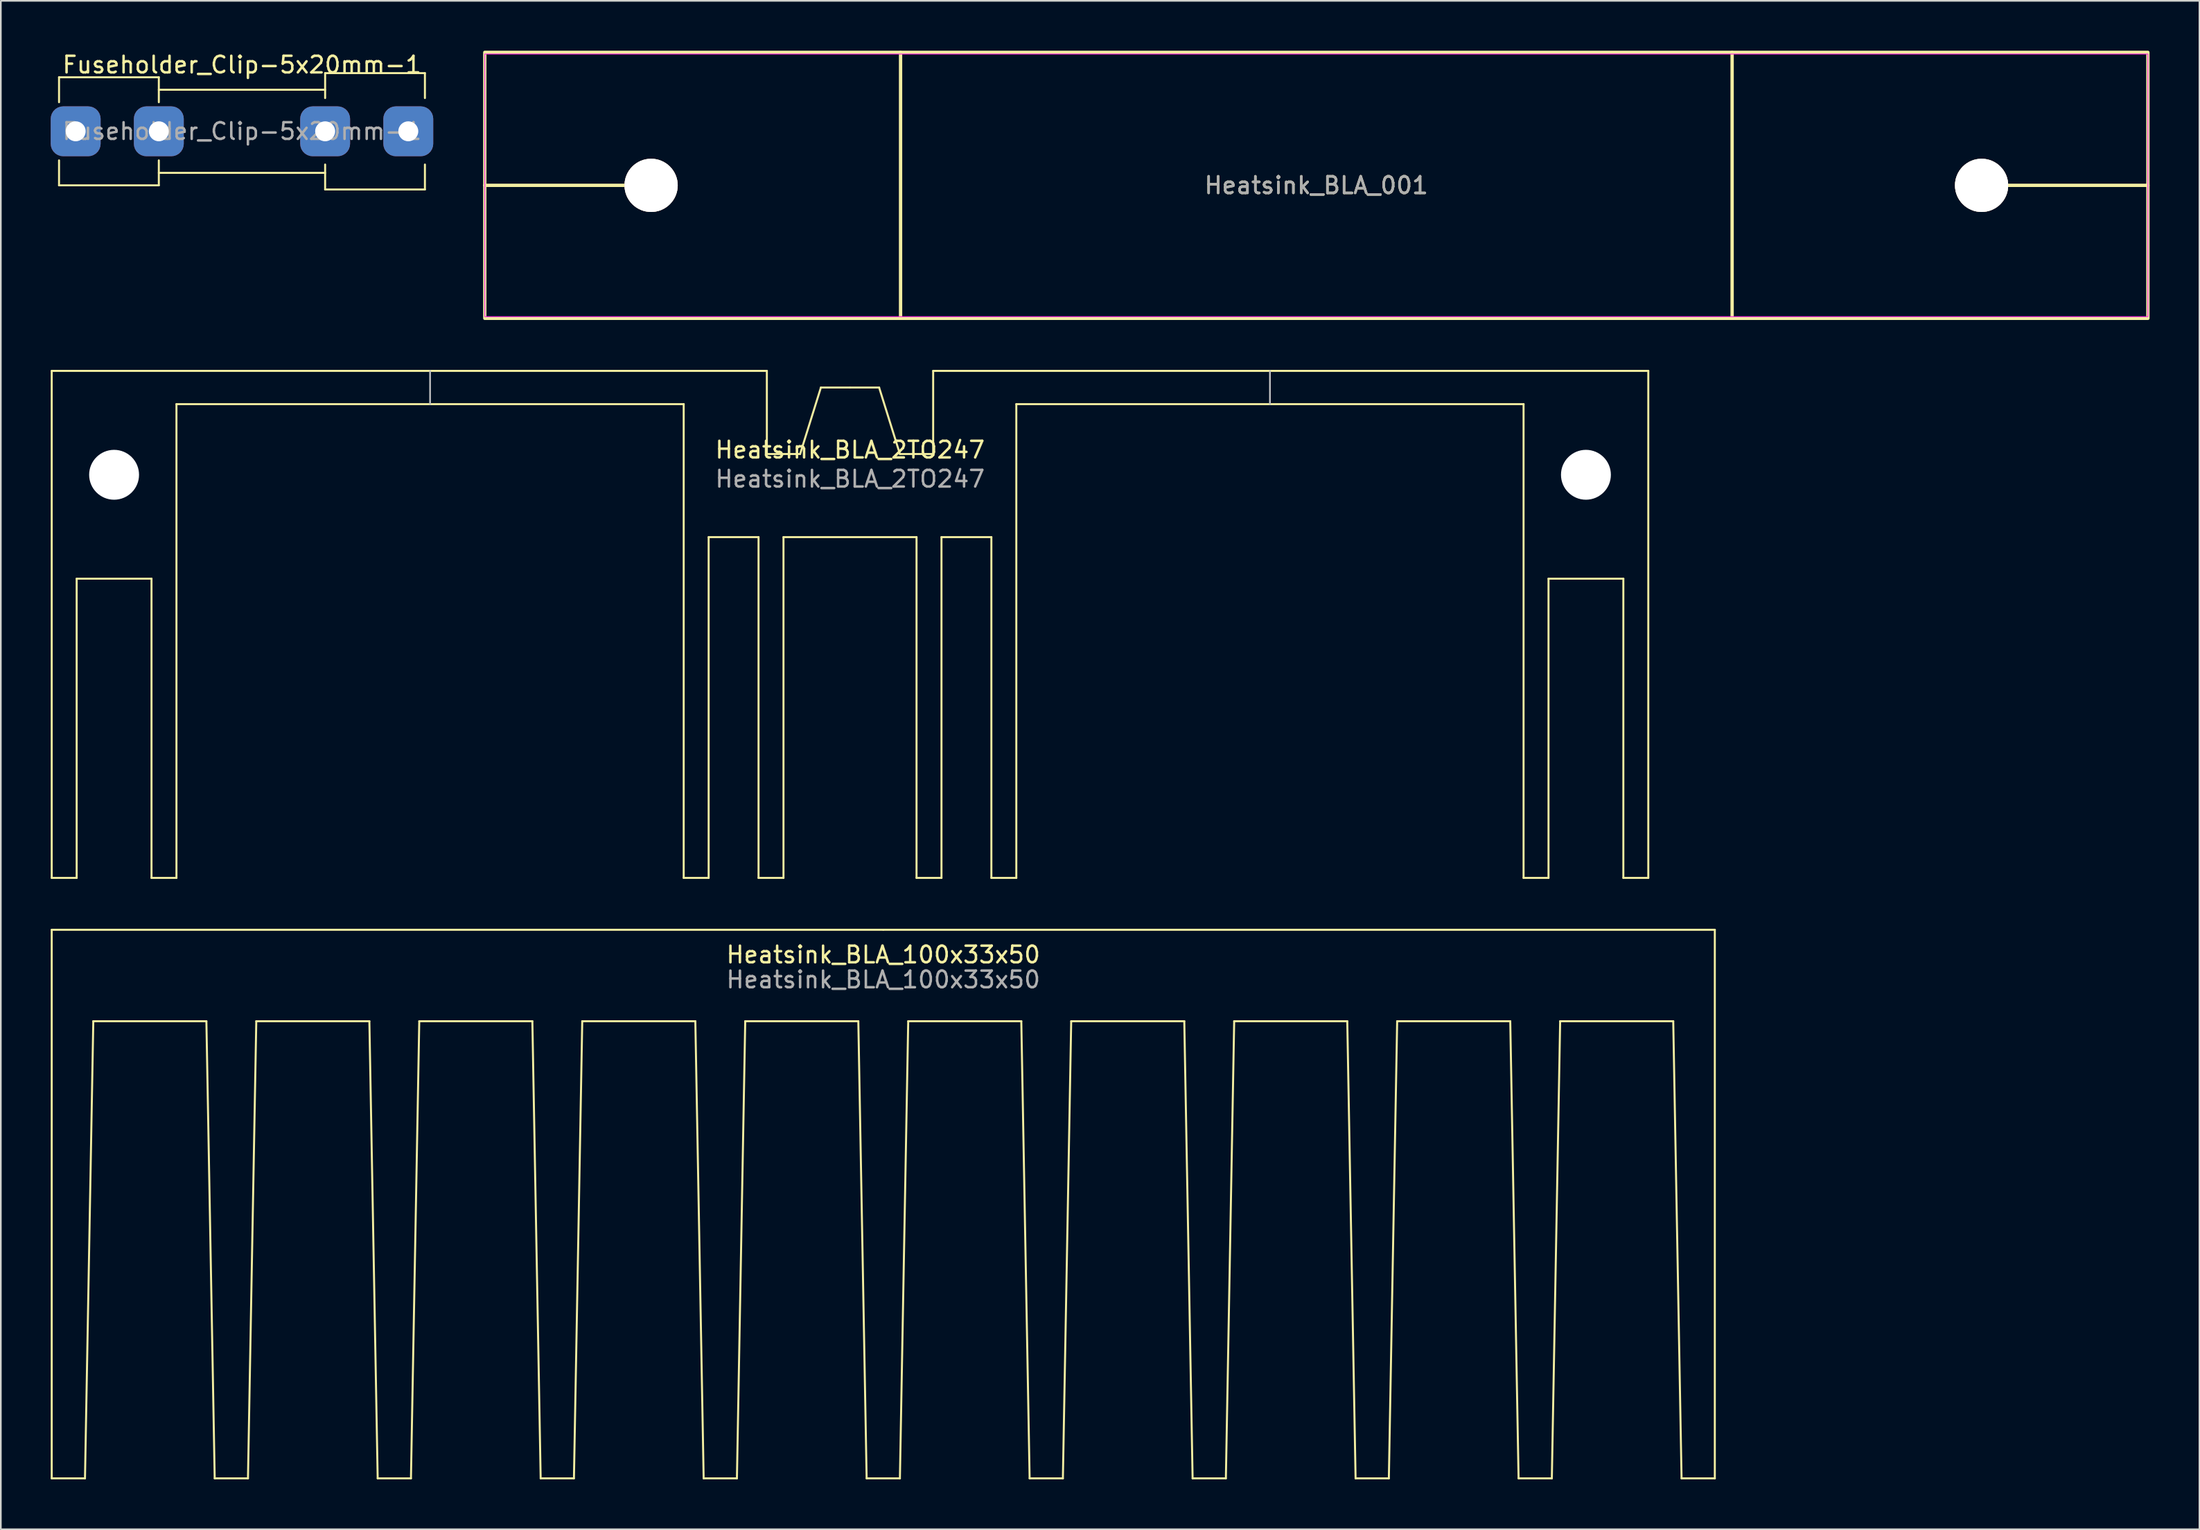
<source format=kicad_pcb>
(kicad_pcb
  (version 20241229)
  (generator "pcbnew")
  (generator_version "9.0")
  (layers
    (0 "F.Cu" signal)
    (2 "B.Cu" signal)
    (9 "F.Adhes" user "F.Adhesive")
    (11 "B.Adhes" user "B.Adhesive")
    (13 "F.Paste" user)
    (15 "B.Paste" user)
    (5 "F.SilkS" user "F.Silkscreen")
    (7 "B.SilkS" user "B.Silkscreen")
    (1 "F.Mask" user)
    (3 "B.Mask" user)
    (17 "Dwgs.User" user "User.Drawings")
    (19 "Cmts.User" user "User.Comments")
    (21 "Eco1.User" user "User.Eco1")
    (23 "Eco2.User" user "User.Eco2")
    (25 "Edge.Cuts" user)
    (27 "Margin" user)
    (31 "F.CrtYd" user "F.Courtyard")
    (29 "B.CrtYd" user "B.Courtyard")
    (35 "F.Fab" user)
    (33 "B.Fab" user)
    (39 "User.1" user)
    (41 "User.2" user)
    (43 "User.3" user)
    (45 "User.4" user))
  (footprint "Heatsink_BLA_2TO247"
    (layer "F.Cu")
    (at 48.06 35.76)
    (property "Reference" "Heatsink_BLA_2TO247" (at 0 -11.75 0) (layer "F.SilkS") (effects (font (size 1 1) (thickness 0.15))))
    (attr through_hole)
    (fp_line (start -48 -16.5) (end -48 14) (stroke (width 0.12) (type solid)) (layer "F.SilkS"))
    (fp_line (start -48 -16.5) (end -5 -16.5) (stroke (width 0.12) (type solid)) (layer "F.SilkS"))
    (fp_line (start -46.5 14) (end -48 14) (stroke (width 0.12) (type solid)) (layer "F.SilkS"))
    (fp_line (start -46.5 14) (end -46.5 -4) (stroke (width 0.12) (type solid)) (layer "F.SilkS"))
    (fp_line (start -42 -4) (end -46.5 -4) (stroke (width 0.12) (type solid)) (layer "F.SilkS"))
    (fp_line (start -42 14) (end -42 -4) (stroke (width 0.12) (type solid)) (layer "F.SilkS"))
    (fp_line (start -40.5 14) (end -42 14) (stroke (width 0.12) (type solid)) (layer "F.SilkS"))
    (fp_line (start -40.5 14) (end -40.5 -14.5) (stroke (width 0.12) (type solid)) (layer "F.SilkS"))
    (fp_line (start -10 -14.5) (end -40.5 -14.5) (stroke (width 0.12) (type solid)) (layer "F.SilkS"))
    (fp_line (start -10 14) (end -10 -14.5) (stroke (width 0.12) (type solid)) (layer "F.SilkS"))
    (fp_line (start -8.5 14) (end -10 14) (stroke (width 0.12) (type solid)) (layer "F.SilkS"))
    (fp_line (start -8.5 14) (end -8.5 -6.5) (stroke (width 0.12) (type solid)) (layer "F.SilkS"))
    (fp_line (start -5.5 -6.5) (end -8.5 -6.5) (stroke (width 0.12) (type solid)) (layer "F.SilkS"))
    (fp_line (start -5.5 14) (end -5.5 -6.5) (stroke (width 0.12) (type solid)) (layer "F.SilkS"))
    (fp_line (start -5 -11.5) (end -5 -16.5) (stroke (width 0.12) (type solid)) (layer "F.SilkS"))
    (fp_line (start -5 -11.5) (end -3 -11.5) (stroke (width 0.12) (type solid)) (layer "F.SilkS"))
    (fp_line (start -4 14) (end -5.5 14) (stroke (width 0.12) (type solid)) (layer "F.SilkS"))
    (fp_line (start -4 14) (end -4 -6.5) (stroke (width 0.12) (type solid)) (layer "F.SilkS"))
    (fp_line (start -3 -11.5) (end -1.75 -15.5) (stroke (width 0.12) (type solid)) (layer "F.SilkS"))
    (fp_line (start -1.75 -15.5) (end 0 -15.5) (stroke (width 0.12) (type solid)) (layer "F.SilkS"))
    (fp_line (start 0 -15.5) (end 1.75 -15.5) (stroke (width 0.12) (type solid)) (layer "F.SilkS"))
    (fp_line (start 1.75 -15.5) (end 3 -11.5) (stroke (width 0.12) (type solid)) (layer "F.SilkS"))
    (fp_line (start 3 -11.5) (end 5 -11.5) (stroke (width 0.12) (type solid)) (layer "F.SilkS"))
    (fp_line (start 4 -6.5) (end -4 -6.5) (stroke (width 0.12) (type solid)) (layer "F.SilkS"))
    (fp_line (start 4 14) (end 4 -6.5) (stroke (width 0.12) (type solid)) (layer "F.SilkS"))
    (fp_line (start 5 -16.5) (end 48 -16.5) (stroke (width 0.12) (type solid)) (layer "F.SilkS"))
    (fp_line (start 5 -11.5) (end 5 -16.5) (stroke (width 0.12) (type solid)) (layer "F.SilkS"))
    (fp_line (start 5.5 14) (end 4 14) (stroke (width 0.12) (type solid)) (layer "F.SilkS"))
    (fp_line (start 5.5 14) (end 5.5 -6.5) (stroke (width 0.12) (type solid)) (layer "F.SilkS"))
    (fp_line (start 8.5 -6.5) (end 5.5 -6.5) (stroke (width 0.12) (type solid)) (layer "F.SilkS"))
    (fp_line (start 8.5 14) (end 8.5 -6.5) (stroke (width 0.12) (type solid)) (layer "F.SilkS"))
    (fp_line (start 10 14) (end 8.5 14) (stroke (width 0.12) (type solid)) (layer "F.SilkS"))
    (fp_line (start 10 14) (end 10 -14.5) (stroke (width 0.12) (type solid)) (layer "F.SilkS"))
    (fp_line (start 40.5 -14.5) (end 10 -14.5) (stroke (width 0.12) (type solid)) (layer "F.SilkS"))
    (fp_line (start 40.5 14) (end 40.5 -14.5) (stroke (width 0.12) (type solid)) (layer "F.SilkS"))
    (fp_line (start 42 14) (end 40.5 14) (stroke (width 0.12) (type solid)) (layer "F.SilkS"))
    (fp_line (start 42 14) (end 42 -4) (stroke (width 0.12) (type solid)) (layer "F.SilkS"))
    (fp_line (start 46.5 -4) (end 42 -4) (stroke (width 0.12) (type solid)) (layer "F.SilkS"))
    (fp_line (start 46.5 14) (end 46.5 -4) (stroke (width 0.12) (type solid)) (layer "F.SilkS"))
    (fp_line (start 48 -16.5) (end 48 14) (stroke (width 0.12) (type solid)) (layer "F.SilkS"))
    (fp_line (start 48 14) (end 46.5 14) (stroke (width 0.12) (type solid)) (layer "F.SilkS"))
    (fp_line (start -25.25 -14.5) (end -25.25 -16.5) (stroke (width 0.1) (type default)) (layer "Dwgs.User"))
    (fp_line (start 25.25 -14.5) (end 25.25 -16.5) (stroke (width 0.1) (type default)) (layer "Dwgs.User"))
    (fp_text user "${REFERENCE}" (at 0 -10 0) (layer "F.Fab") (effects (font (size 1 1) (thickness 0.15))))
    (pad "" np_thru_hole circle (at -44.25 -10.25) (size 3 3) (drill 3) (layers "*.Cu" "*.Mask"))
    (pad "" np_thru_hole circle (at 44.25 -10.25) (size 3 3) (drill 3) (layers "*.Cu" "*.Mask")))
  (footprint "Heatsink_BLA_001"
    (layer "F.Cu")
    (at 76.1 8.1)
    (property "Reference" "Heatsink_BLA_001" (at 0 0 0) (layer "F.SilkS") (effects (font (size 1 1) (thickness 0.15))))
    (attr through_hole)
    (fp_line (start -50 0) (end -40 0) (stroke (width 0.2) (type solid)) (layer "F.SilkS"))
    (fp_line (start -25 8) (end -25 -8) (stroke (width 0.2) (type solid)) (layer "F.SilkS"))
    (fp_line (start 25 8) (end 25 -8) (stroke (width 0.2) (type solid)) (layer "F.SilkS"))
    (fp_line (start 40 0) (end 50 0) (stroke (width 0.2) (type solid)) (layer "F.SilkS"))
    (fp_rect (start -50 -8) (end 50 8) (stroke (width 0.2) (type solid)) (fill no) (layer "F.SilkS"))
    (fp_rect (start -50 -7.9) (end 50 7.9) (stroke (width 0.05) (type default)) (fill no) (layer "F.CrtYd"))
    (fp_text user "${REFERENCE}" (at 0 0 0) (layer "F.Fab") (effects (font (size 1 1) (thickness 0.15))))
    (pad "" np_thru_hole circle (at -40 0) (size 3.2 3.2) (drill 3.2) (layers "*.Cu" "*.SilkS" "*.Mask"))
    (pad "" np_thru_hole circle (at 40 0) (size 3.2 3.2) (drill 3.2) (layers "*.Cu" "*.SilkS" "*.Mask")))
  (footprint "Fuseholder_Clip-5x20mm-1"
    (layer "F.Cu")
    (at 11.5 4.848)
    (property "Reference" "Fuseholder_Clip-5x20mm-1" (at 0 -4 0) (layer "F.SilkS") (effects (font (size 1 1) (thickness 0.15))))
    (attr through_hole)
    (fp_line (start -11 -3.25) (end -11 -1.75) (stroke (width 0.12) (type solid)) (layer "F.SilkS"))
    (fp_line (start -11 -3.25) (end -5 -3.25) (stroke (width 0.12) (type solid)) (layer "F.SilkS"))
    (fp_line (start -11 1.75) (end -11 3.25) (stroke (width 0.12) (type solid)) (layer "F.SilkS"))
    (fp_line (start -11 3.25) (end -5 3.25) (stroke (width 0.12) (type solid)) (layer "F.SilkS"))
    (fp_line (start -5 -3.25) (end -5 -1.75) (stroke (width 0.12) (type solid)) (layer "F.SilkS"))
    (fp_line (start -5 1.75) (end -5 3.25) (stroke (width 0.12) (type solid)) (layer "F.SilkS"))
    (fp_line (start 5 -3.5) (end 5 -2) (stroke (width 0.12) (type solid)) (layer "F.SilkS"))
    (fp_line (start 5 -3.5) (end 11 -3.5) (stroke (width 0.12) (type solid)) (layer "F.SilkS"))
    (fp_line (start 5 -2.5) (end -5 -2.5) (stroke (width 0.12) (type solid)) (layer "F.SilkS"))
    (fp_line (start 5 2) (end 5 3.5) (stroke (width 0.12) (type solid)) (layer "F.SilkS"))
    (fp_line (start 5 2.5) (end -5 2.5) (stroke (width 0.12) (type solid)) (layer "F.SilkS"))
    (fp_line (start 5 3.5) (end 11 3.5) (stroke (width 0.12) (type solid)) (layer "F.SilkS"))
    (fp_line (start 11 -3.5) (end 11 -2) (stroke (width 0.12) (type solid)) (layer "F.SilkS"))
    (fp_line (start 11 2) (end 11 3.5) (stroke (width 0.12) (type solid)) (layer "F.SilkS"))
    (fp_text user "${REFERENCE}" (at 0 0 0) (layer "F.Fab") (effects (font (size 1 1) (thickness 0.15))))
    (pad "1" thru_hole roundrect (at -10 0) (size 3 3) (drill oval 1.2) (layers "*.Cu" "*.Mask") (roundrect_rratio 0.25))
    (pad "1" thru_hole roundrect (at -5 0) (size 3 3) (drill oval 1.2) (layers "*.Cu" "*.Mask") (roundrect_rratio 0.25))
    (pad "2" thru_hole roundrect (at 5 0) (size 3 3) (drill oval 1.2) (layers "*.Cu" "*.Mask") (roundrect_rratio 0.25))
    (pad "2" thru_hole roundrect (at 10 0) (size 3 3) (drill oval 1.2) (layers "*.Cu" "*.Mask") (roundrect_rratio 0.25)))
  (footprint "Heatsink_BLA_100x33x50"
    (layer "F.Cu")
    (at 50.06 69.38)
    (property "Reference" "Heatsink_BLA_100x33x50" (at 0 -15 0) (layer "F.SilkS") (effects (font (size 1 1) (thickness 0.15))))
    (attr through_hole)
    (fp_line (start -50 -16.5) (end -50 16.5) (stroke (width 0.12) (type solid)) (layer "F.SilkS"))
    (fp_line (start -50 -16.5) (end 0 -16.5) (stroke (width 0.12) (type solid)) (layer "F.SilkS"))
    (fp_line (start -48 16.5) (end -50 16.5) (stroke (width 0.12) (type solid)) (layer "F.SilkS"))
    (fp_line (start -48 16.5) (end -47.5 -11) (stroke (width 0.12) (type solid)) (layer "F.SilkS"))
    (fp_line (start -47.5 -11) (end -40.7 -11) (stroke (width 0.12) (type solid)) (layer "F.SilkS"))
    (fp_line (start -40.2 16.5) (end -40.7 -11) (stroke (width 0.12) (type solid)) (layer "F.SilkS"))
    (fp_line (start -38.2 16.5) (end -40.2 16.5) (stroke (width 0.12) (type solid)) (layer "F.SilkS"))
    (fp_line (start -38.2 16.5) (end -37.7 -11) (stroke (width 0.12) (type solid)) (layer "F.SilkS"))
    (fp_line (start -30.9 -11) (end -37.7 -11) (stroke (width 0.12) (type solid)) (layer "F.SilkS"))
    (fp_line (start -30.4 16.5) (end -30.9 -11) (stroke (width 0.12) (type solid)) (layer "F.SilkS"))
    (fp_line (start -28.4 16.5) (end -30.4 16.5) (stroke (width 0.12) (type solid)) (layer "F.SilkS"))
    (fp_line (start -28.4 16.5) (end -27.9 -11) (stroke (width 0.12) (type solid)) (layer "F.SilkS"))
    (fp_line (start -21.1 -11) (end -27.9 -11) (stroke (width 0.12) (type solid)) (layer "F.SilkS"))
    (fp_line (start -20.6 16.5) (end -21.1 -11) (stroke (width 0.12) (type solid)) (layer "F.SilkS"))
    (fp_line (start -18.6 16.5) (end -20.6 16.5) (stroke (width 0.12) (type solid)) (layer "F.SilkS"))
    (fp_line (start -18.6 16.5) (end -18.1 -11) (stroke (width 0.12) (type solid)) (layer "F.SilkS"))
    (fp_line (start -11.3 -11) (end -18.1 -11) (stroke (width 0.12) (type solid)) (layer "F.SilkS"))
    (fp_line (start -10.8 16.5) (end -11.3 -11) (stroke (width 0.12) (type solid)) (layer "F.SilkS"))
    (fp_line (start -8.8 16.5) (end -10.8 16.5) (stroke (width 0.12) (type solid)) (layer "F.SilkS"))
    (fp_line (start -8.8 16.5) (end -8.3 -11) (stroke (width 0.12) (type solid)) (layer "F.SilkS"))
    (fp_line (start -1.5 -11) (end -8.3 -11) (stroke (width 0.12) (type solid)) (layer "F.SilkS"))
    (fp_line (start -1 16.5) (end -1.5 -11) (stroke (width 0.12) (type solid)) (layer "F.SilkS"))
    (fp_line (start 0 -16.5) (end 50 -16.5) (stroke (width 0.12) (type solid)) (layer "F.SilkS"))
    (fp_line (start 1 16.5) (end -1 16.5) (stroke (width 0.12) (type solid)) (layer "F.SilkS"))
    (fp_line (start 1 16.5) (end 1.5 -11) (stroke (width 0.12) (type solid)) (layer "F.SilkS"))
    (fp_line (start 8.3 -11) (end 1.5 -11) (stroke (width 0.12) (type solid)) (layer "F.SilkS"))
    (fp_line (start 8.8 16.5) (end 8.3 -11) (stroke (width 0.12) (type solid)) (layer "F.SilkS"))
    (fp_line (start 10.8 16.5) (end 8.8 16.5) (stroke (width 0.12) (type solid)) (layer "F.SilkS"))
    (fp_line (start 10.8 16.5) (end 11.3 -11) (stroke (width 0.12) (type solid)) (layer "F.SilkS"))
    (fp_line (start 18.1 -11) (end 11.3 -11) (stroke (width 0.12) (type solid)) (layer "F.SilkS"))
    (fp_line (start 18.6 16.5) (end 18.1 -11) (stroke (width 0.12) (type solid)) (layer "F.SilkS"))
    (fp_line (start 20.6 16.5) (end 18.6 16.5) (stroke (width 0.12) (type solid)) (layer "F.SilkS"))
    (fp_line (start 20.6 16.5) (end 21.1 -11) (stroke (width 0.12) (type solid)) (layer "F.SilkS"))
    (fp_line (start 27.9 -11) (end 21.1 -11) (stroke (width 0.12) (type solid)) (layer "F.SilkS"))
    (fp_line (start 28.4 16.5) (end 27.9 -11) (stroke (width 0.12) (type solid)) (layer "F.SilkS"))
    (fp_line (start 30.4 16.5) (end 28.4 16.5) (stroke (width 0.12) (type solid)) (layer "F.SilkS"))
    (fp_line (start 30.4 16.5) (end 30.9 -11) (stroke (width 0.12) (type solid)) (layer "F.SilkS"))
    (fp_line (start 37.7 -11) (end 30.9 -11) (stroke (width 0.12) (type solid)) (layer "F.SilkS"))
    (fp_line (start 38.2 16.5) (end 37.7 -11) (stroke (width 0.12) (type solid)) (layer "F.SilkS"))
    (fp_line (start 40.2 16.5) (end 38.2 16.5) (stroke (width 0.12) (type solid)) (layer "F.SilkS"))
    (fp_line (start 40.2 16.5) (end 40.7 -11) (stroke (width 0.12) (type solid)) (layer "F.SilkS"))
    (fp_line (start 47.5 -11) (end 40.7 -11) (stroke (width 0.12) (type solid)) (layer "F.SilkS"))
    (fp_line (start 48 16.5) (end 47.5 -11) (stroke (width 0.12) (type solid)) (layer "F.SilkS"))
    (fp_line (start 50 -16.5) (end 50 16.5) (stroke (width 0.12) (type solid)) (layer "F.SilkS"))
    (fp_line (start 50 16.5) (end 48 16.5) (stroke (width 0.12) (type solid)) (layer "F.SilkS"))
    (fp_text user "${REFERENCE}" (at 0 -13.5 0) (layer "F.Fab") (effects (font (size 1 1) (thickness 0.15)))))
  (gr_rect
    (start -3 -3)
    (end 129.2 88.94)
    (stroke (width 0.1) (type default))
    (fill no)
    (layer "Edge.Cuts")))
</source>
